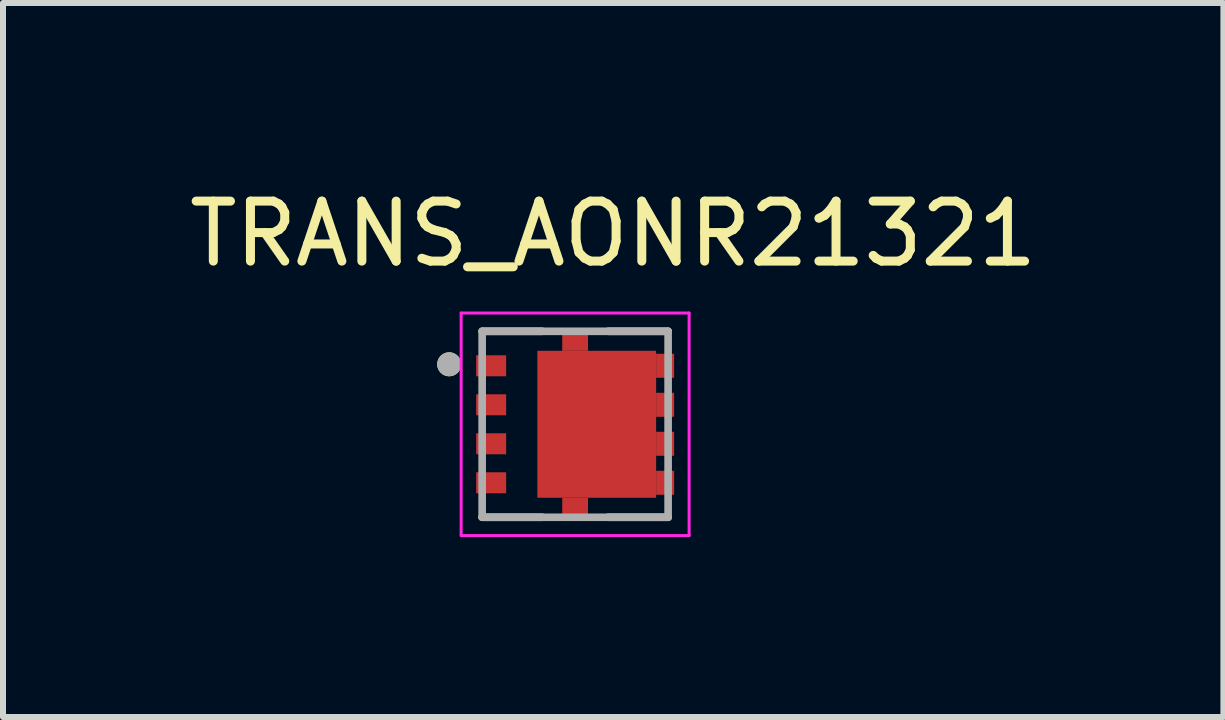
<source format=kicad_pcb>
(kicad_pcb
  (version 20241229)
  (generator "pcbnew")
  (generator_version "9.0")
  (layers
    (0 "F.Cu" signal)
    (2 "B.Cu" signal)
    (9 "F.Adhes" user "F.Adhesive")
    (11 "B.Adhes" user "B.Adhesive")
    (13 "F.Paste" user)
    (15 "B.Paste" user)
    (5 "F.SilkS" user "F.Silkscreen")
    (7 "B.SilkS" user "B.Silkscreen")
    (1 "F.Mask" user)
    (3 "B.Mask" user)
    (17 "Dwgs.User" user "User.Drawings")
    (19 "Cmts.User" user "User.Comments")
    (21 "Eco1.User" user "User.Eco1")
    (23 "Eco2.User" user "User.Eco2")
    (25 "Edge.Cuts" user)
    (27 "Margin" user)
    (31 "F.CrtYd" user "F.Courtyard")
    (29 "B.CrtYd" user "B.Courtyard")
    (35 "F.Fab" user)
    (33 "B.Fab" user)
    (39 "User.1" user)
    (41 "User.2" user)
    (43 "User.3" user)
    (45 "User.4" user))
  (footprint "TRANS_AONR21321"
    (layer "F.Cu")
    (at 6.538 4.023)
    (property "Reference" "TRANS_AONR21321" (at 0.635 -3.175 0) (layer "F.SilkS") (effects (font (size 1 1) (thickness 0.15))))
    (attr smd)
    (fp_line (start -0.55 -1.55) (end -1.55 -1.55) (stroke (width 0.127) (type solid)) (layer "F.SilkS"))
    (fp_line (start -0.55 1.55) (end -1.55 1.55) (stroke (width 0.127) (type solid)) (layer "F.SilkS"))
    (fp_line (start 0.55 -1.55) (end 1.55 -1.55) (stroke (width 0.127) (type solid)) (layer "F.SilkS"))
    (fp_line (start 0.55 1.55) (end 1.55 1.55) (stroke (width 0.127) (type solid)) (layer "F.SilkS"))
    (fp_circle (center -2.1 -1) (end -2 -1) (stroke (width 0.2) (type solid)) (fill no) (layer "F.SilkS"))
    (fp_poly (pts (xy -0.462 -0.664) (xy 1.182 -0.664) (xy 1.182 0.664) (xy -0.462 0.664)) (stroke (width 0.01) (type solid)) (fill yes) (layer "F.Paste"))
    (fp_line (start -1.9 -1.855) (end 1.9 -1.855) (stroke (width 0.05) (type solid)) (layer "F.CrtYd"))
    (fp_line (start -1.9 1.855) (end -1.9 -1.855) (stroke (width 0.05) (type solid)) (layer "F.CrtYd"))
    (fp_line (start 1.9 -1.855) (end 1.9 1.855) (stroke (width 0.05) (type solid)) (layer "F.CrtYd"))
    (fp_line (start 1.9 1.855) (end -1.9 1.855) (stroke (width 0.05) (type solid)) (layer "F.CrtYd"))
    (fp_line (start -1.55 -1.55) (end 1.55 -1.55) (stroke (width 0.127) (type solid)) (layer "F.Fab"))
    (fp_line (start -1.55 1.55) (end -1.55 -1.55) (stroke (width 0.127) (type solid)) (layer "F.Fab"))
    (fp_line (start 1.55 -1.55) (end 1.55 1.55) (stroke (width 0.127) (type solid)) (layer "F.Fab"))
    (fp_line (start 1.55 1.55) (end -1.55 1.55) (stroke (width 0.127) (type solid)) (layer "F.Fab"))
    (fp_circle (center -2.1 -1) (end -2 -1) (stroke (width 0.2) (type solid)) (fill no) (layer "F.Fab"))
    (pad "1" smd rect (at -1.4 -0.975) (size 0.5 0.35) (layers "F.Cu" "F.Mask" "F.Paste"))
    (pad "2" smd rect (at -1.4 -0.325) (size 0.5 0.35) (layers "F.Cu" "F.Mask" "F.Paste"))
    (pad "3" smd rect (at -1.4 0.325) (size 0.5 0.35) (layers "F.Cu" "F.Mask" "F.Paste"))
    (pad "4" smd rect (at -1.4 0.975) (size 0.5 0.35) (layers "F.Cu" "F.Mask" "F.Paste"))
    (pad "5" smd rect (at 1.5 0.975 270) (size 0.4 0.3) (layers "F.Cu" "F.Mask" "F.Paste"))
    (pad "6" smd rect (at 1.5 0.325 270) (size 0.4 0.3) (layers "F.Cu" "F.Mask" "F.Paste"))
    (pad "7" smd rect (at 1.5 -0.325 270) (size 0.4 0.3) (layers "F.Cu" "F.Mask" "F.Paste"))
    (pad "8" smd rect (at 1.5 -0.975 270) (size 0.4 0.3) (layers "F.Cu" "F.Mask" "F.Paste"))
    (pad "9" smd rect (at 0.36 0) (size 1.98 2.45) (layers "F.Cu" "F.Mask"))
    (pad "9_1" smd rect (at 0 -1.415 270) (size 0.38 0.43) (layers "F.Cu" "F.Mask" "F.Paste"))
    (pad "9_2" smd rect (at 0 1.415 270) (size 0.38 0.43) (layers "F.Cu" "F.Mask" "F.Paste")))
  (gr_rect
    (start -3 -3)
    (end 17.345 8.903)
    (stroke (width 0.1) (type default))
    (fill no)
    (layer "Edge.Cuts")))
</source>
